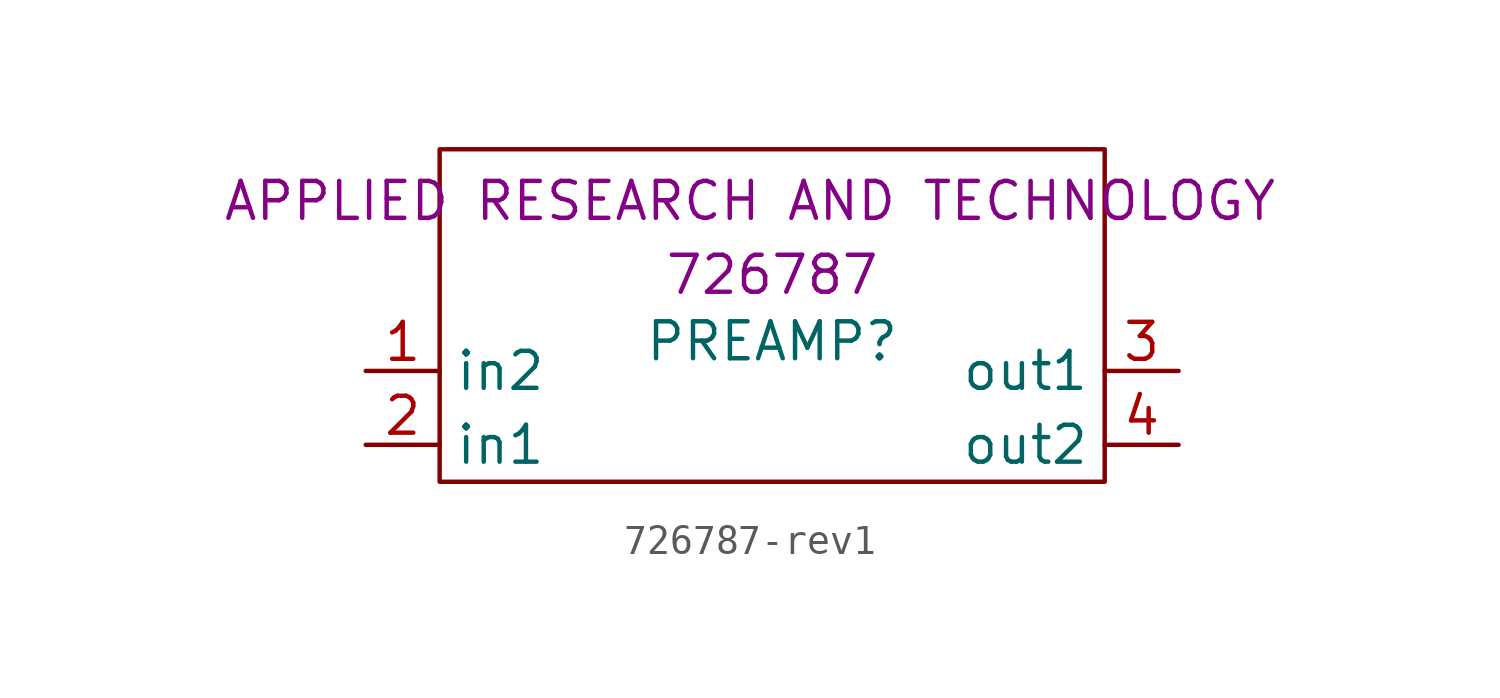
<source format=kicad_sym>
(kicad_symbol_lib
  (version 20241209)
  (generator "kicad_symbol_editor")
  (generator_version "9.0")
  (symbol "726787-rev1"
    (property "Reference" "PREAMP"
      (at 0 1.016 0)
      (do_not_autoplace)
      (effects (font (size 1.27 1.27))))
    (property "Value" ""
      (at 0 -2.286 0)
      (do_not_autoplace)
      (effects (font (size 1.27 1.27))))
    (property "MFG" "APPLIED RESEARCH AND TECHNOLOGY"
      (at -0.762 5.842 0)
      (do_not_autoplace)
      (effects (font (size 1.27 1.27))))
    (property "MPN" "726787"
      (at 0 3.302 0)
      (do_not_autoplace)
      (effects (font (size 1.27 1.27))))
    (symbol "726787-rev1_0_1"
      (rectangle (start -11.43 7.62) (end 11.43 -3.81) (stroke (width 0) (type default)) (fill (type none))))
    (symbol "726787-rev1_1_1"
      (pin unspecified line (at -13.97 0 0) (length 2.54) (name "in2" (effects (font (size 1.27 1.27)))) (number "1" (effects (font (size 1.27 1.27)))))
      (pin unspecified line (at -13.97 -2.54 0) (length 2.54) (name "in1" (effects (font (size 1.27 1.27)))) (number "2" (effects (font (size 1.27 1.27)))))
      (pin unspecified line (at 13.97 0 180) (length 2.54) (name "out1" (effects (font (size 1.27 1.27)))) (number "3" (effects (font (size 1.27 1.27)))))
      (pin unspecified line (at 13.97 -2.54 180) (length 2.54) (name "out2" (effects (font (size 1.27 1.27)))) (number "4" (effects (font (size 1.27 1.27))))))))
</source>
